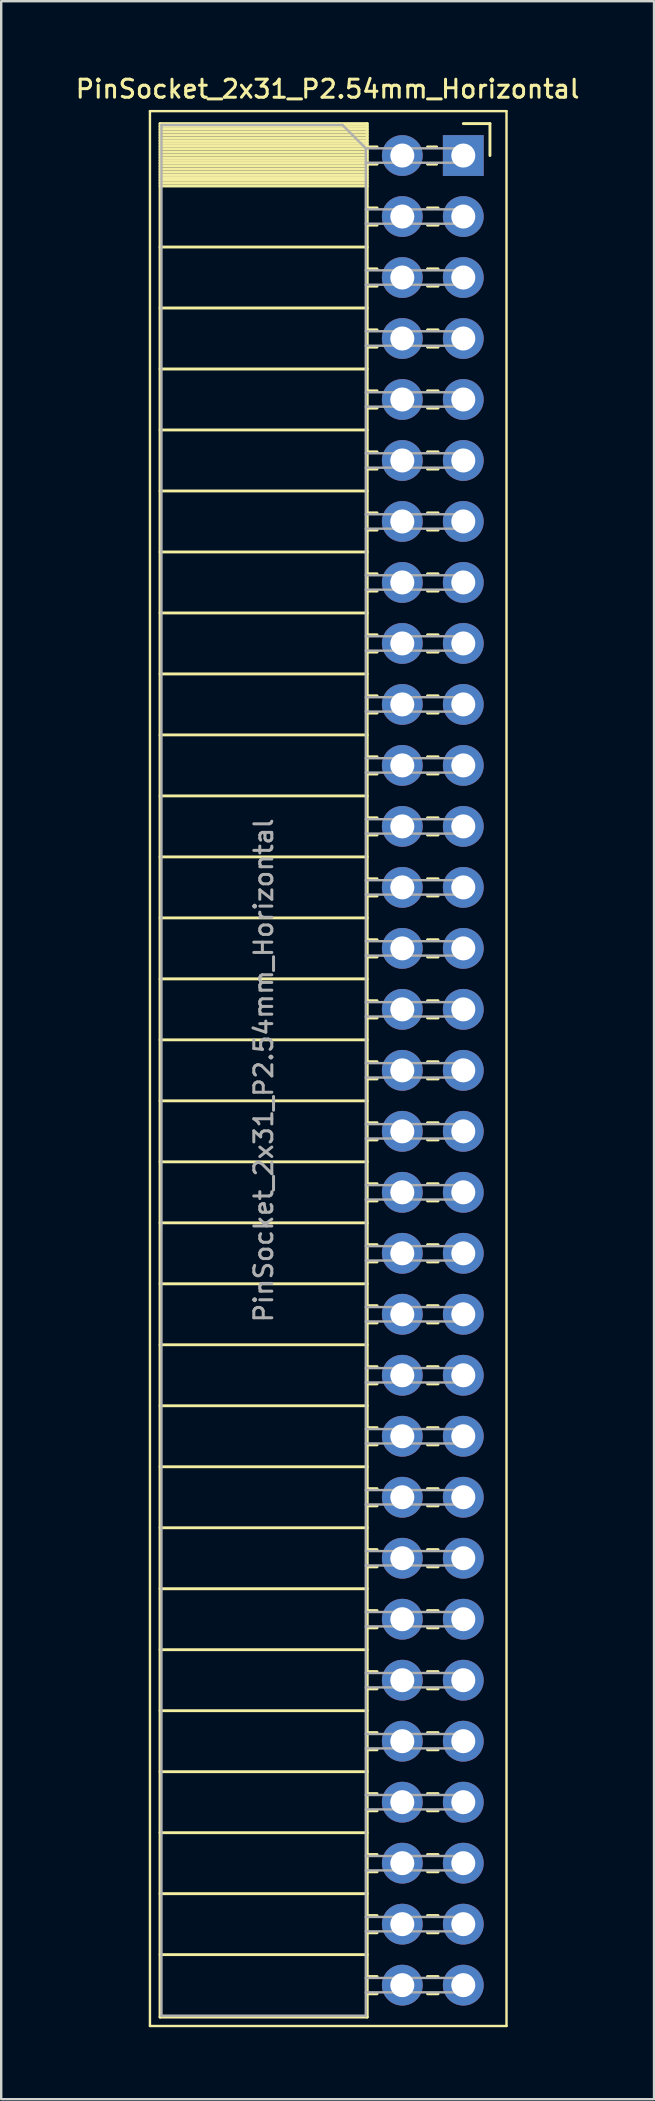
<source format=kicad_pcb>
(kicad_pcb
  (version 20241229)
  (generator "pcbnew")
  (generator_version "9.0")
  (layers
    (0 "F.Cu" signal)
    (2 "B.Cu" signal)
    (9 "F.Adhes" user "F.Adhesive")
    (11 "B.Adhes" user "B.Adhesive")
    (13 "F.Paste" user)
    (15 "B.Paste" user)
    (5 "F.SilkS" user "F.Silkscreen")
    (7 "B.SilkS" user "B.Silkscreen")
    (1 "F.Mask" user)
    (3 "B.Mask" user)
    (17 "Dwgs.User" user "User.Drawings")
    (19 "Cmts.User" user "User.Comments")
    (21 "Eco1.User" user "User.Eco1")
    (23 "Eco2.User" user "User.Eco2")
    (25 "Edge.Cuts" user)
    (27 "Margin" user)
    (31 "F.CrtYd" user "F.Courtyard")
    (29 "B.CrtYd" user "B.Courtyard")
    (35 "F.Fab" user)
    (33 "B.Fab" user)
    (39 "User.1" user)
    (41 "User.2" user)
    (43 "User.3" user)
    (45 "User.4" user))
  (footprint "PinSocket_2x31_P2.54mm_Horizontal"
    (layer "F.Cu")
    (at 16.245 3.428)
    (property "Reference" "PinSocket_2x31_P2.54mm_Horizontal" (at -5.65 -2.77 0) (layer "F.SilkS") (effects (font (size 0.75 0.75) (thickness 0.125))))
    (attr through_hole)
    (fp_line (start -13.05 -1.85) (end -13.05 77.9) (stroke (width 0.1) (type solid)) (layer "F.SilkS"))
    (fp_line (start -13.05 77.9) (end 1.8 77.9) (stroke (width 0.1) (type solid)) (layer "F.SilkS"))
    (fp_line (start -12.63 -1.33) (end -12.63 77.53) (stroke (width 0.12) (type solid)) (layer "F.SilkS"))
    (fp_line (start -12.63 -1.33) (end -4 -1.33) (stroke (width 0.12) (type solid)) (layer "F.SilkS"))
    (fp_line (start -12.63 -1.21) (end -4 -1.21) (stroke (width 0.12) (type solid)) (layer "F.SilkS"))
    (fp_line (start -12.63 -1.092) (end -4 -1.092) (stroke (width 0.12) (type solid)) (layer "F.SilkS"))
    (fp_line (start -12.63 -0.974) (end -4 -0.974) (stroke (width 0.12) (type solid)) (layer "F.SilkS"))
    (fp_line (start -12.63 -0.856) (end -4 -0.856) (stroke (width 0.12) (type solid)) (layer "F.SilkS"))
    (fp_line (start -12.63 -0.738) (end -4 -0.738) (stroke (width 0.12) (type solid)) (layer "F.SilkS"))
    (fp_line (start -12.63 -0.62) (end -4 -0.62) (stroke (width 0.12) (type solid)) (layer "F.SilkS"))
    (fp_line (start -12.63 -0.501) (end -4 -0.501) (stroke (width 0.12) (type solid)) (layer "F.SilkS"))
    (fp_line (start -12.63 -0.383) (end -4 -0.383) (stroke (width 0.12) (type solid)) (layer "F.SilkS"))
    (fp_line (start -12.63 -0.265) (end -4 -0.265) (stroke (width 0.12) (type solid)) (layer "F.SilkS"))
    (fp_line (start -12.63 -0.147) (end -4 -0.147) (stroke (width 0.12) (type solid)) (layer "F.SilkS"))
    (fp_line (start -12.63 -0.029) (end -4 -0.029) (stroke (width 0.12) (type solid)) (layer "F.SilkS"))
    (fp_line (start -12.63 0.089) (end -4 0.089) (stroke (width 0.12) (type solid)) (layer "F.SilkS"))
    (fp_line (start -12.63 0.207) (end -4 0.207) (stroke (width 0.12) (type solid)) (layer "F.SilkS"))
    (fp_line (start -12.63 0.325) (end -4 0.325) (stroke (width 0.12) (type solid)) (layer "F.SilkS"))
    (fp_line (start -12.63 0.443) (end -4 0.443) (stroke (width 0.12) (type solid)) (layer "F.SilkS"))
    (fp_line (start -12.63 0.561) (end -4 0.561) (stroke (width 0.12) (type solid)) (layer "F.SilkS"))
    (fp_line (start -12.63 0.68) (end -4 0.68) (stroke (width 0.12) (type solid)) (layer "F.SilkS"))
    (fp_line (start -12.63 0.798) (end -4 0.798) (stroke (width 0.12) (type solid)) (layer "F.SilkS"))
    (fp_line (start -12.63 0.916) (end -4 0.916) (stroke (width 0.12) (type solid)) (layer "F.SilkS"))
    (fp_line (start -12.63 1.034) (end -4 1.034) (stroke (width 0.12) (type solid)) (layer "F.SilkS"))
    (fp_line (start -12.63 1.152) (end -4 1.152) (stroke (width 0.12) (type solid)) (layer "F.SilkS"))
    (fp_line (start -12.63 1.27) (end -4 1.27) (stroke (width 0.12) (type solid)) (layer "F.SilkS"))
    (fp_line (start -12.63 3.81) (end -4 3.81) (stroke (width 0.12) (type solid)) (layer "F.SilkS"))
    (fp_line (start -12.63 6.35) (end -4 6.35) (stroke (width 0.12) (type solid)) (layer "F.SilkS"))
    (fp_line (start -12.63 8.89) (end -4 8.89) (stroke (width 0.12) (type solid)) (layer "F.SilkS"))
    (fp_line (start -12.63 11.43) (end -4 11.43) (stroke (width 0.12) (type solid)) (layer "F.SilkS"))
    (fp_line (start -12.63 13.97) (end -4 13.97) (stroke (width 0.12) (type solid)) (layer "F.SilkS"))
    (fp_line (start -12.63 16.51) (end -4 16.51) (stroke (width 0.12) (type solid)) (layer "F.SilkS"))
    (fp_line (start -12.63 19.05) (end -4 19.05) (stroke (width 0.12) (type solid)) (layer "F.SilkS"))
    (fp_line (start -12.63 21.59) (end -4 21.59) (stroke (width 0.12) (type solid)) (layer "F.SilkS"))
    (fp_line (start -12.63 24.13) (end -4 24.13) (stroke (width 0.12) (type solid)) (layer "F.SilkS"))
    (fp_line (start -12.63 26.67) (end -4 26.67) (stroke (width 0.12) (type solid)) (layer "F.SilkS"))
    (fp_line (start -12.63 29.21) (end -4 29.21) (stroke (width 0.12) (type solid)) (layer "F.SilkS"))
    (fp_line (start -12.63 31.75) (end -4 31.75) (stroke (width 0.12) (type solid)) (layer "F.SilkS"))
    (fp_line (start -12.63 34.29) (end -4 34.29) (stroke (width 0.12) (type solid)) (layer "F.SilkS"))
    (fp_line (start -12.63 36.83) (end -4 36.83) (stroke (width 0.12) (type solid)) (layer "F.SilkS"))
    (fp_line (start -12.63 39.37) (end -4 39.37) (stroke (width 0.12) (type solid)) (layer "F.SilkS"))
    (fp_line (start -12.63 41.91) (end -4 41.91) (stroke (width 0.12) (type solid)) (layer "F.SilkS"))
    (fp_line (start -12.63 44.45) (end -4 44.45) (stroke (width 0.12) (type solid)) (layer "F.SilkS"))
    (fp_line (start -12.63 46.99) (end -4 46.99) (stroke (width 0.12) (type solid)) (layer "F.SilkS"))
    (fp_line (start -12.63 49.53) (end -4 49.53) (stroke (width 0.12) (type solid)) (layer "F.SilkS"))
    (fp_line (start -12.63 52.07) (end -4 52.07) (stroke (width 0.12) (type solid)) (layer "F.SilkS"))
    (fp_line (start -12.63 54.61) (end -4 54.61) (stroke (width 0.12) (type solid)) (layer "F.SilkS"))
    (fp_line (start -12.63 57.15) (end -4 57.15) (stroke (width 0.12) (type solid)) (layer "F.SilkS"))
    (fp_line (start -12.63 59.69) (end -4 59.69) (stroke (width 0.12) (type solid)) (layer "F.SilkS"))
    (fp_line (start -12.63 62.23) (end -4 62.23) (stroke (width 0.12) (type solid)) (layer "F.SilkS"))
    (fp_line (start -12.63 64.77) (end -4 64.77) (stroke (width 0.12) (type solid)) (layer "F.SilkS"))
    (fp_line (start -12.63 67.31) (end -4 67.31) (stroke (width 0.12) (type solid)) (layer "F.SilkS"))
    (fp_line (start -12.63 69.85) (end -4 69.85) (stroke (width 0.12) (type solid)) (layer "F.SilkS"))
    (fp_line (start -12.63 72.39) (end -4 72.39) (stroke (width 0.12) (type solid)) (layer "F.SilkS"))
    (fp_line (start -12.63 74.93) (end -4 74.93) (stroke (width 0.12) (type solid)) (layer "F.SilkS"))
    (fp_line (start -12.63 77.53) (end -4 77.53) (stroke (width 0.12) (type solid)) (layer "F.SilkS"))
    (fp_line (start -4 -1.33) (end -4 77.53) (stroke (width 0.12) (type solid)) (layer "F.SilkS"))
    (fp_line (start -4 -0.36) (end -3.59 -0.36) (stroke (width 0.12) (type solid)) (layer "F.SilkS"))
    (fp_line (start -4 0.36) (end -3.59 0.36) (stroke (width 0.12) (type solid)) (layer "F.SilkS"))
    (fp_line (start -4 2.18) (end -3.59 2.18) (stroke (width 0.12) (type solid)) (layer "F.SilkS"))
    (fp_line (start -4 2.9) (end -3.59 2.9) (stroke (width 0.12) (type solid)) (layer "F.SilkS"))
    (fp_line (start -4 4.72) (end -3.59 4.72) (stroke (width 0.12) (type solid)) (layer "F.SilkS"))
    (fp_line (start -4 5.44) (end -3.59 5.44) (stroke (width 0.12) (type solid)) (layer "F.SilkS"))
    (fp_line (start -4 7.26) (end -3.59 7.26) (stroke (width 0.12) (type solid)) (layer "F.SilkS"))
    (fp_line (start -4 7.98) (end -3.59 7.98) (stroke (width 0.12) (type solid)) (layer "F.SilkS"))
    (fp_line (start -4 9.8) (end -3.59 9.8) (stroke (width 0.12) (type solid)) (layer "F.SilkS"))
    (fp_line (start -4 10.52) (end -3.59 10.52) (stroke (width 0.12) (type solid)) (layer "F.SilkS"))
    (fp_line (start -4 12.34) (end -3.59 12.34) (stroke (width 0.12) (type solid)) (layer "F.SilkS"))
    (fp_line (start -4 13.06) (end -3.59 13.06) (stroke (width 0.12) (type solid)) (layer "F.SilkS"))
    (fp_line (start -4 14.88) (end -3.59 14.88) (stroke (width 0.12) (type solid)) (layer "F.SilkS"))
    (fp_line (start -4 15.6) (end -3.59 15.6) (stroke (width 0.12) (type solid)) (layer "F.SilkS"))
    (fp_line (start -4 17.42) (end -3.59 17.42) (stroke (width 0.12) (type solid)) (layer "F.SilkS"))
    (fp_line (start -4 18.14) (end -3.59 18.14) (stroke (width 0.12) (type solid)) (layer "F.SilkS"))
    (fp_line (start -4 19.96) (end -3.59 19.96) (stroke (width 0.12) (type solid)) (layer "F.SilkS"))
    (fp_line (start -4 20.68) (end -3.59 20.68) (stroke (width 0.12) (type solid)) (layer "F.SilkS"))
    (fp_line (start -4 22.5) (end -3.59 22.5) (stroke (width 0.12) (type solid)) (layer "F.SilkS"))
    (fp_line (start -4 23.22) (end -3.59 23.22) (stroke (width 0.12) (type solid)) (layer "F.SilkS"))
    (fp_line (start -4 25.04) (end -3.59 25.04) (stroke (width 0.12) (type solid)) (layer "F.SilkS"))
    (fp_line (start -4 25.76) (end -3.59 25.76) (stroke (width 0.12) (type solid)) (layer "F.SilkS"))
    (fp_line (start -4 27.58) (end -3.59 27.58) (stroke (width 0.12) (type solid)) (layer "F.SilkS"))
    (fp_line (start -4 28.3) (end -3.59 28.3) (stroke (width 0.12) (type solid)) (layer "F.SilkS"))
    (fp_line (start -4 30.12) (end -3.59 30.12) (stroke (width 0.12) (type solid)) (layer "F.SilkS"))
    (fp_line (start -4 30.84) (end -3.59 30.84) (stroke (width 0.12) (type solid)) (layer "F.SilkS"))
    (fp_line (start -4 32.66) (end -3.59 32.66) (stroke (width 0.12) (type solid)) (layer "F.SilkS"))
    (fp_line (start -4 33.38) (end -3.59 33.38) (stroke (width 0.12) (type solid)) (layer "F.SilkS"))
    (fp_line (start -4 35.2) (end -3.59 35.2) (stroke (width 0.12) (type solid)) (layer "F.SilkS"))
    (fp_line (start -4 35.92) (end -3.59 35.92) (stroke (width 0.12) (type solid)) (layer "F.SilkS"))
    (fp_line (start -4 37.74) (end -3.59 37.74) (stroke (width 0.12) (type solid)) (layer "F.SilkS"))
    (fp_line (start -4 38.46) (end -3.59 38.46) (stroke (width 0.12) (type solid)) (layer "F.SilkS"))
    (fp_line (start -4 40.28) (end -3.59 40.28) (stroke (width 0.12) (type solid)) (layer "F.SilkS"))
    (fp_line (start -4 41) (end -3.59 41) (stroke (width 0.12) (type solid)) (layer "F.SilkS"))
    (fp_line (start -4 42.82) (end -3.59 42.82) (stroke (width 0.12) (type solid)) (layer "F.SilkS"))
    (fp_line (start -4 43.54) (end -3.59 43.54) (stroke (width 0.12) (type solid)) (layer "F.SilkS"))
    (fp_line (start -4 45.36) (end -3.59 45.36) (stroke (width 0.12) (type solid)) (layer "F.SilkS"))
    (fp_line (start -4 46.08) (end -3.59 46.08) (stroke (width 0.12) (type solid)) (layer "F.SilkS"))
    (fp_line (start -4 47.9) (end -3.59 47.9) (stroke (width 0.12) (type solid)) (layer "F.SilkS"))
    (fp_line (start -4 48.62) (end -3.59 48.62) (stroke (width 0.12) (type solid)) (layer "F.SilkS"))
    (fp_line (start -4 50.44) (end -3.59 50.44) (stroke (width 0.12) (type solid)) (layer "F.SilkS"))
    (fp_line (start -4 51.16) (end -3.59 51.16) (stroke (width 0.12) (type solid)) (layer "F.SilkS"))
    (fp_line (start -4 52.98) (end -3.59 52.98) (stroke (width 0.12) (type solid)) (layer "F.SilkS"))
    (fp_line (start -4 53.7) (end -3.59 53.7) (stroke (width 0.12) (type solid)) (layer "F.SilkS"))
    (fp_line (start -4 55.52) (end -3.59 55.52) (stroke (width 0.12) (type solid)) (layer "F.SilkS"))
    (fp_line (start -4 56.24) (end -3.59 56.24) (stroke (width 0.12) (type solid)) (layer "F.SilkS"))
    (fp_line (start -4 58.06) (end -3.59 58.06) (stroke (width 0.12) (type solid)) (layer "F.SilkS"))
    (fp_line (start -4 58.78) (end -3.59 58.78) (stroke (width 0.12) (type solid)) (layer "F.SilkS"))
    (fp_line (start -4 60.6) (end -3.59 60.6) (stroke (width 0.12) (type solid)) (layer "F.SilkS"))
    (fp_line (start -4 61.32) (end -3.59 61.32) (stroke (width 0.12) (type solid)) (layer "F.SilkS"))
    (fp_line (start -4 63.14) (end -3.59 63.14) (stroke (width 0.12) (type solid)) (layer "F.SilkS"))
    (fp_line (start -4 63.86) (end -3.59 63.86) (stroke (width 0.12) (type solid)) (layer "F.SilkS"))
    (fp_line (start -4 65.68) (end -3.59 65.68) (stroke (width 0.12) (type solid)) (layer "F.SilkS"))
    (fp_line (start -4 66.4) (end -3.59 66.4) (stroke (width 0.12) (type solid)) (layer "F.SilkS"))
    (fp_line (start -4 68.22) (end -3.59 68.22) (stroke (width 0.12) (type solid)) (layer "F.SilkS"))
    (fp_line (start -4 68.94) (end -3.59 68.94) (stroke (width 0.12) (type solid)) (layer "F.SilkS"))
    (fp_line (start -4 70.76) (end -3.59 70.76) (stroke (width 0.12) (type solid)) (layer "F.SilkS"))
    (fp_line (start -4 71.48) (end -3.59 71.48) (stroke (width 0.12) (type solid)) (layer "F.SilkS"))
    (fp_line (start -4 73.3) (end -3.59 73.3) (stroke (width 0.12) (type solid)) (layer "F.SilkS"))
    (fp_line (start -4 74.02) (end -3.59 74.02) (stroke (width 0.12) (type solid)) (layer "F.SilkS"))
    (fp_line (start -4 75.84) (end -3.59 75.84) (stroke (width 0.12) (type solid)) (layer "F.SilkS"))
    (fp_line (start -4 76.56) (end -3.59 76.56) (stroke (width 0.12) (type solid)) (layer "F.SilkS"))
    (fp_line (start -1.49 -0.36) (end -1.11 -0.36) (stroke (width 0.12) (type solid)) (layer "F.SilkS"))
    (fp_line (start -1.49 0.36) (end -1.11 0.36) (stroke (width 0.12) (type solid)) (layer "F.SilkS"))
    (fp_line (start -1.49 2.18) (end -1.05 2.18) (stroke (width 0.12) (type solid)) (layer "F.SilkS"))
    (fp_line (start -1.49 2.9) (end -1.05 2.9) (stroke (width 0.12) (type solid)) (layer "F.SilkS"))
    (fp_line (start -1.49 4.72) (end -1.05 4.72) (stroke (width 0.12) (type solid)) (layer "F.SilkS"))
    (fp_line (start -1.49 5.44) (end -1.05 5.44) (stroke (width 0.12) (type solid)) (layer "F.SilkS"))
    (fp_line (start -1.49 7.26) (end -1.05 7.26) (stroke (width 0.12) (type solid)) (layer "F.SilkS"))
    (fp_line (start -1.49 7.98) (end -1.05 7.98) (stroke (width 0.12) (type solid)) (layer "F.SilkS"))
    (fp_line (start -1.49 9.8) (end -1.05 9.8) (stroke (width 0.12) (type solid)) (layer "F.SilkS"))
    (fp_line (start -1.49 10.52) (end -1.05 10.52) (stroke (width 0.12) (type solid)) (layer "F.SilkS"))
    (fp_line (start -1.49 12.34) (end -1.05 12.34) (stroke (width 0.12) (type solid)) (layer "F.SilkS"))
    (fp_line (start -1.49 13.06) (end -1.05 13.06) (stroke (width 0.12) (type solid)) (layer "F.SilkS"))
    (fp_line (start -1.49 14.88) (end -1.05 14.88) (stroke (width 0.12) (type solid)) (layer "F.SilkS"))
    (fp_line (start -1.49 15.6) (end -1.05 15.6) (stroke (width 0.12) (type solid)) (layer "F.SilkS"))
    (fp_line (start -1.49 17.42) (end -1.05 17.42) (stroke (width 0.12) (type solid)) (layer "F.SilkS"))
    (fp_line (start -1.49 18.14) (end -1.05 18.14) (stroke (width 0.12) (type solid)) (layer "F.SilkS"))
    (fp_line (start -1.49 19.96) (end -1.05 19.96) (stroke (width 0.12) (type solid)) (layer "F.SilkS"))
    (fp_line (start -1.49 20.68) (end -1.05 20.68) (stroke (width 0.12) (type solid)) (layer "F.SilkS"))
    (fp_line (start -1.49 22.5) (end -1.05 22.5) (stroke (width 0.12) (type solid)) (layer "F.SilkS"))
    (fp_line (start -1.49 23.22) (end -1.05 23.22) (stroke (width 0.12) (type solid)) (layer "F.SilkS"))
    (fp_line (start -1.49 25.04) (end -1.05 25.04) (stroke (width 0.12) (type solid)) (layer "F.SilkS"))
    (fp_line (start -1.49 25.76) (end -1.05 25.76) (stroke (width 0.12) (type solid)) (layer "F.SilkS"))
    (fp_line (start -1.49 27.58) (end -1.05 27.58) (stroke (width 0.12) (type solid)) (layer "F.SilkS"))
    (fp_line (start -1.49 28.3) (end -1.05 28.3) (stroke (width 0.12) (type solid)) (layer "F.SilkS"))
    (fp_line (start -1.49 30.12) (end -1.05 30.12) (stroke (width 0.12) (type solid)) (layer "F.SilkS"))
    (fp_line (start -1.49 30.84) (end -1.05 30.84) (stroke (width 0.12) (type solid)) (layer "F.SilkS"))
    (fp_line (start -1.49 32.66) (end -1.05 32.66) (stroke (width 0.12) (type solid)) (layer "F.SilkS"))
    (fp_line (start -1.49 33.38) (end -1.05 33.38) (stroke (width 0.12) (type solid)) (layer "F.SilkS"))
    (fp_line (start -1.49 35.2) (end -1.05 35.2) (stroke (width 0.12) (type solid)) (layer "F.SilkS"))
    (fp_line (start -1.49 35.92) (end -1.05 35.92) (stroke (width 0.12) (type solid)) (layer "F.SilkS"))
    (fp_line (start -1.49 37.74) (end -1.05 37.74) (stroke (width 0.12) (type solid)) (layer "F.SilkS"))
    (fp_line (start -1.49 38.46) (end -1.05 38.46) (stroke (width 0.12) (type solid)) (layer "F.SilkS"))
    (fp_line (start -1.49 40.28) (end -1.05 40.28) (stroke (width 0.12) (type solid)) (layer "F.SilkS"))
    (fp_line (start -1.49 41) (end -1.05 41) (stroke (width 0.12) (type solid)) (layer "F.SilkS"))
    (fp_line (start -1.49 42.82) (end -1.05 42.82) (stroke (width 0.12) (type solid)) (layer "F.SilkS"))
    (fp_line (start -1.49 43.54) (end -1.05 43.54) (stroke (width 0.12) (type solid)) (layer "F.SilkS"))
    (fp_line (start -1.49 45.36) (end -1.05 45.36) (stroke (width 0.12) (type solid)) (layer "F.SilkS"))
    (fp_line (start -1.49 46.08) (end -1.05 46.08) (stroke (width 0.12) (type solid)) (layer "F.SilkS"))
    (fp_line (start -1.49 47.9) (end -1.05 47.9) (stroke (width 0.12) (type solid)) (layer "F.SilkS"))
    (fp_line (start -1.49 48.62) (end -1.05 48.62) (stroke (width 0.12) (type solid)) (layer "F.SilkS"))
    (fp_line (start -1.49 50.44) (end -1.05 50.44) (stroke (width 0.12) (type solid)) (layer "F.SilkS"))
    (fp_line (start -1.49 51.16) (end -1.05 51.16) (stroke (width 0.12) (type solid)) (layer "F.SilkS"))
    (fp_line (start -1.49 52.98) (end -1.05 52.98) (stroke (width 0.12) (type solid)) (layer "F.SilkS"))
    (fp_line (start -1.49 53.7) (end -1.05 53.7) (stroke (width 0.12) (type solid)) (layer "F.SilkS"))
    (fp_line (start -1.49 55.52) (end -1.05 55.52) (stroke (width 0.12) (type solid)) (layer "F.SilkS"))
    (fp_line (start -1.49 56.24) (end -1.05 56.24) (stroke (width 0.12) (type solid)) (layer "F.SilkS"))
    (fp_line (start -1.49 58.06) (end -1.05 58.06) (stroke (width 0.12) (type solid)) (layer "F.SilkS"))
    (fp_line (start -1.49 58.78) (end -1.05 58.78) (stroke (width 0.12) (type solid)) (layer "F.SilkS"))
    (fp_line (start -1.49 60.6) (end -1.05 60.6) (stroke (width 0.12) (type solid)) (layer "F.SilkS"))
    (fp_line (start -1.49 61.32) (end -1.05 61.32) (stroke (width 0.12) (type solid)) (layer "F.SilkS"))
    (fp_line (start -1.49 63.14) (end -1.05 63.14) (stroke (width 0.12) (type solid)) (layer "F.SilkS"))
    (fp_line (start -1.49 63.86) (end -1.05 63.86) (stroke (width 0.12) (type solid)) (layer "F.SilkS"))
    (fp_line (start -1.49 65.68) (end -1.05 65.68) (stroke (width 0.12) (type solid)) (layer "F.SilkS"))
    (fp_line (start -1.49 66.4) (end -1.05 66.4) (stroke (width 0.12) (type solid)) (layer "F.SilkS"))
    (fp_line (start -1.49 68.22) (end -1.05 68.22) (stroke (width 0.12) (type solid)) (layer "F.SilkS"))
    (fp_line (start -1.49 68.94) (end -1.05 68.94) (stroke (width 0.12) (type solid)) (layer "F.SilkS"))
    (fp_line (start -1.49 70.76) (end -1.05 70.76) (stroke (width 0.12) (type solid)) (layer "F.SilkS"))
    (fp_line (start -1.49 71.48) (end -1.05 71.48) (stroke (width 0.12) (type solid)) (layer "F.SilkS"))
    (fp_line (start -1.49 73.3) (end -1.05 73.3) (stroke (width 0.12) (type solid)) (layer "F.SilkS"))
    (fp_line (start -1.49 74.02) (end -1.05 74.02) (stroke (width 0.12) (type solid)) (layer "F.SilkS"))
    (fp_line (start -1.49 75.84) (end -1.05 75.84) (stroke (width 0.12) (type solid)) (layer "F.SilkS"))
    (fp_line (start -1.49 76.56) (end -1.05 76.56) (stroke (width 0.12) (type solid)) (layer "F.SilkS"))
    (fp_line (start 0 -1.33) (end 1.11 -1.33) (stroke (width 0.12) (type solid)) (layer "F.SilkS"))
    (fp_line (start 1.11 -1.33) (end 1.11 0) (stroke (width 0.12) (type solid)) (layer "F.SilkS"))
    (fp_line (start 1.8 -1.85) (end -13.05 -1.85) (stroke (width 0.1) (type solid)) (layer "F.SilkS"))
    (fp_line (start 1.8 77.9) (end 1.8 -1.85) (stroke (width 0.1) (type solid)) (layer "F.SilkS"))
    (fp_line (start -12.57 -1.27) (end -5.03 -1.27) (stroke (width 0.1) (type solid)) (layer "F.Fab"))
    (fp_line (start -12.57 77.47) (end -12.57 -1.27) (stroke (width 0.1) (type solid)) (layer "F.Fab"))
    (fp_line (start -5.03 -1.27) (end -4.06 -0.3) (stroke (width 0.1) (type solid)) (layer "F.Fab"))
    (fp_line (start -4.06 -0.3) (end -4.06 77.47) (stroke (width 0.1) (type solid)) (layer "F.Fab"))
    (fp_line (start -4.06 0.3) (end 0 0.3) (stroke (width 0.1) (type solid)) (layer "F.Fab"))
    (fp_line (start -4.06 2.84) (end 0 2.84) (stroke (width 0.1) (type solid)) (layer "F.Fab"))
    (fp_line (start -4.06 5.38) (end 0 5.38) (stroke (width 0.1) (type solid)) (layer "F.Fab"))
    (fp_line (start -4.06 7.92) (end 0 7.92) (stroke (width 0.1) (type solid)) (layer "F.Fab"))
    (fp_line (start -4.06 10.46) (end 0 10.46) (stroke (width 0.1) (type solid)) (layer "F.Fab"))
    (fp_line (start -4.06 13) (end 0 13) (stroke (width 0.1) (type solid)) (layer "F.Fab"))
    (fp_line (start -4.06 15.54) (end 0 15.54) (stroke (width 0.1) (type solid)) (layer "F.Fab"))
    (fp_line (start -4.06 18.08) (end 0 18.08) (stroke (width 0.1) (type solid)) (layer "F.Fab"))
    (fp_line (start -4.06 20.62) (end 0 20.62) (stroke (width 0.1) (type solid)) (layer "F.Fab"))
    (fp_line (start -4.06 23.16) (end 0 23.16) (stroke (width 0.1) (type solid)) (layer "F.Fab"))
    (fp_line (start -4.06 25.7) (end 0 25.7) (stroke (width 0.1) (type solid)) (layer "F.Fab"))
    (fp_line (start -4.06 28.24) (end 0 28.24) (stroke (width 0.1) (type solid)) (layer "F.Fab"))
    (fp_line (start -4.06 30.78) (end 0 30.78) (stroke (width 0.1) (type solid)) (layer "F.Fab"))
    (fp_line (start -4.06 33.32) (end 0 33.32) (stroke (width 0.1) (type solid)) (layer "F.Fab"))
    (fp_line (start -4.06 35.86) (end 0 35.86) (stroke (width 0.1) (type solid)) (layer "F.Fab"))
    (fp_line (start -4.06 38.4) (end 0 38.4) (stroke (width 0.1) (type solid)) (layer "F.Fab"))
    (fp_line (start -4.06 40.94) (end 0 40.94) (stroke (width 0.1) (type solid)) (layer "F.Fab"))
    (fp_line (start -4.06 43.48) (end 0 43.48) (stroke (width 0.1) (type solid)) (layer "F.Fab"))
    (fp_line (start -4.06 46.02) (end 0 46.02) (stroke (width 0.1) (type solid)) (layer "F.Fab"))
    (fp_line (start -4.06 48.56) (end 0 48.56) (stroke (width 0.1) (type solid)) (layer "F.Fab"))
    (fp_line (start -4.06 51.1) (end 0 51.1) (stroke (width 0.1) (type solid)) (layer "F.Fab"))
    (fp_line (start -4.06 53.64) (end 0 53.64) (stroke (width 0.1) (type solid)) (layer "F.Fab"))
    (fp_line (start -4.06 56.18) (end 0 56.18) (stroke (width 0.1) (type solid)) (layer "F.Fab"))
    (fp_line (start -4.06 58.72) (end 0 58.72) (stroke (width 0.1) (type solid)) (layer "F.Fab"))
    (fp_line (start -4.06 61.26) (end 0 61.26) (stroke (width 0.1) (type solid)) (layer "F.Fab"))
    (fp_line (start -4.06 63.8) (end 0 63.8) (stroke (width 0.1) (type solid)) (layer "F.Fab"))
    (fp_line (start -4.06 66.34) (end 0 66.34) (stroke (width 0.1) (type solid)) (layer "F.Fab"))
    (fp_line (start -4.06 68.88) (end 0 68.88) (stroke (width 0.1) (type solid)) (layer "F.Fab"))
    (fp_line (start -4.06 71.42) (end 0 71.42) (stroke (width 0.1) (type solid)) (layer "F.Fab"))
    (fp_line (start -4.06 73.96) (end 0 73.96) (stroke (width 0.1) (type solid)) (layer "F.Fab"))
    (fp_line (start -4.06 76.5) (end 0 76.5) (stroke (width 0.1) (type solid)) (layer "F.Fab"))
    (fp_line (start -4.06 77.47) (end -12.57 77.47) (stroke (width 0.1) (type solid)) (layer "F.Fab"))
    (fp_line (start 0 -0.3) (end -4.06 -0.3) (stroke (width 0.1) (type solid)) (layer "F.Fab"))
    (fp_line (start 0 0.3) (end 0 -0.3) (stroke (width 0.1) (type solid)) (layer "F.Fab"))
    (fp_line (start 0 2.24) (end -4.06 2.24) (stroke (width 0.1) (type solid)) (layer "F.Fab"))
    (fp_line (start 0 2.84) (end 0 2.24) (stroke (width 0.1) (type solid)) (layer "F.Fab"))
    (fp_line (start 0 4.78) (end -4.06 4.78) (stroke (width 0.1) (type solid)) (layer "F.Fab"))
    (fp_line (start 0 5.38) (end 0 4.78) (stroke (width 0.1) (type solid)) (layer "F.Fab"))
    (fp_line (start 0 7.32) (end -4.06 7.32) (stroke (width 0.1) (type solid)) (layer "F.Fab"))
    (fp_line (start 0 7.92) (end 0 7.32) (stroke (width 0.1) (type solid)) (layer "F.Fab"))
    (fp_line (start 0 9.86) (end -4.06 9.86) (stroke (width 0.1) (type solid)) (layer "F.Fab"))
    (fp_line (start 0 10.46) (end 0 9.86) (stroke (width 0.1) (type solid)) (layer "F.Fab"))
    (fp_line (start 0 12.4) (end -4.06 12.4) (stroke (width 0.1) (type solid)) (layer "F.Fab"))
    (fp_line (start 0 13) (end 0 12.4) (stroke (width 0.1) (type solid)) (layer "F.Fab"))
    (fp_line (start 0 14.94) (end -4.06 14.94) (stroke (width 0.1) (type solid)) (layer "F.Fab"))
    (fp_line (start 0 15.54) (end 0 14.94) (stroke (width 0.1) (type solid)) (layer "F.Fab"))
    (fp_line (start 0 17.48) (end -4.06 17.48) (stroke (width 0.1) (type solid)) (layer "F.Fab"))
    (fp_line (start 0 18.08) (end 0 17.48) (stroke (width 0.1) (type solid)) (layer "F.Fab"))
    (fp_line (start 0 20.02) (end -4.06 20.02) (stroke (width 0.1) (type solid)) (layer "F.Fab"))
    (fp_line (start 0 20.62) (end 0 20.02) (stroke (width 0.1) (type solid)) (layer "F.Fab"))
    (fp_line (start 0 22.56) (end -4.06 22.56) (stroke (width 0.1) (type solid)) (layer "F.Fab"))
    (fp_line (start 0 23.16) (end 0 22.56) (stroke (width 0.1) (type solid)) (layer "F.Fab"))
    (fp_line (start 0 25.1) (end -4.06 25.1) (stroke (width 0.1) (type solid)) (layer "F.Fab"))
    (fp_line (start 0 25.7) (end 0 25.1) (stroke (width 0.1) (type solid)) (layer "F.Fab"))
    (fp_line (start 0 27.64) (end -4.06 27.64) (stroke (width 0.1) (type solid)) (layer "F.Fab"))
    (fp_line (start 0 28.24) (end 0 27.64) (stroke (width 0.1) (type solid)) (layer "F.Fab"))
    (fp_line (start 0 30.18) (end -4.06 30.18) (stroke (width 0.1) (type solid)) (layer "F.Fab"))
    (fp_line (start 0 30.78) (end 0 30.18) (stroke (width 0.1) (type solid)) (layer "F.Fab"))
    (fp_line (start 0 32.72) (end -4.06 32.72) (stroke (width 0.1) (type solid)) (layer "F.Fab"))
    (fp_line (start 0 33.32) (end 0 32.72) (stroke (width 0.1) (type solid)) (layer "F.Fab"))
    (fp_line (start 0 35.26) (end -4.06 35.26) (stroke (width 0.1) (type solid)) (layer "F.Fab"))
    (fp_line (start 0 35.86) (end 0 35.26) (stroke (width 0.1) (type solid)) (layer "F.Fab"))
    (fp_line (start 0 37.8) (end -4.06 37.8) (stroke (width 0.1) (type solid)) (layer "F.Fab"))
    (fp_line (start 0 38.4) (end 0 37.8) (stroke (width 0.1) (type solid)) (layer "F.Fab"))
    (fp_line (start 0 40.34) (end -4.06 40.34) (stroke (width 0.1) (type solid)) (layer "F.Fab"))
    (fp_line (start 0 40.94) (end 0 40.34) (stroke (width 0.1) (type solid)) (layer "F.Fab"))
    (fp_line (start 0 42.88) (end -4.06 42.88) (stroke (width 0.1) (type solid)) (layer "F.Fab"))
    (fp_line (start 0 43.48) (end 0 42.88) (stroke (width 0.1) (type solid)) (layer "F.Fab"))
    (fp_line (start 0 45.42) (end -4.06 45.42) (stroke (width 0.1) (type solid)) (layer "F.Fab"))
    (fp_line (start 0 46.02) (end 0 45.42) (stroke (width 0.1) (type solid)) (layer "F.Fab"))
    (fp_line (start 0 47.96) (end -4.06 47.96) (stroke (width 0.1) (type solid)) (layer "F.Fab"))
    (fp_line (start 0 48.56) (end 0 47.96) (stroke (width 0.1) (type solid)) (layer "F.Fab"))
    (fp_line (start 0 50.5) (end -4.06 50.5) (stroke (width 0.1) (type solid)) (layer "F.Fab"))
    (fp_line (start 0 51.1) (end 0 50.5) (stroke (width 0.1) (type solid)) (layer "F.Fab"))
    (fp_line (start 0 53.04) (end -4.06 53.04) (stroke (width 0.1) (type solid)) (layer "F.Fab"))
    (fp_line (start 0 53.64) (end 0 53.04) (stroke (width 0.1) (type solid)) (layer "F.Fab"))
    (fp_line (start 0 55.58) (end -4.06 55.58) (stroke (width 0.1) (type solid)) (layer "F.Fab"))
    (fp_line (start 0 56.18) (end 0 55.58) (stroke (width 0.1) (type solid)) (layer "F.Fab"))
    (fp_line (start 0 58.12) (end -4.06 58.12) (stroke (width 0.1) (type solid)) (layer "F.Fab"))
    (fp_line (start 0 58.72) (end 0 58.12) (stroke (width 0.1) (type solid)) (layer "F.Fab"))
    (fp_line (start 0 60.66) (end -4.06 60.66) (stroke (width 0.1) (type solid)) (layer "F.Fab"))
    (fp_line (start 0 61.26) (end 0 60.66) (stroke (width 0.1) (type solid)) (layer "F.Fab"))
    (fp_line (start 0 63.2) (end -4.06 63.2) (stroke (width 0.1) (type solid)) (layer "F.Fab"))
    (fp_line (start 0 63.8) (end 0 63.2) (stroke (width 0.1) (type solid)) (layer "F.Fab"))
    (fp_line (start 0 65.74) (end -4.06 65.74) (stroke (width 0.1) (type solid)) (layer "F.Fab"))
    (fp_line (start 0 66.34) (end 0 65.74) (stroke (width 0.1) (type solid)) (layer "F.Fab"))
    (fp_line (start 0 68.28) (end -4.06 68.28) (stroke (width 0.1) (type solid)) (layer "F.Fab"))
    (fp_line (start 0 68.88) (end 0 68.28) (stroke (width 0.1) (type solid)) (layer "F.Fab"))
    (fp_line (start 0 70.82) (end -4.06 70.82) (stroke (width 0.1) (type solid)) (layer "F.Fab"))
    (fp_line (start 0 71.42) (end 0 70.82) (stroke (width 0.1) (type solid)) (layer "F.Fab"))
    (fp_line (start 0 73.36) (end -4.06 73.36) (stroke (width 0.1) (type solid)) (layer "F.Fab"))
    (fp_line (start 0 73.96) (end 0 73.36) (stroke (width 0.1) (type solid)) (layer "F.Fab"))
    (fp_line (start 0 75.9) (end -4.06 75.9) (stroke (width 0.1) (type solid)) (layer "F.Fab"))
    (fp_line (start 0 76.5) (end 0 75.9) (stroke (width 0.1) (type solid)) (layer "F.Fab"))
    (fp_text user "${REFERENCE}" (at -8.315 38.1 90) (layer "F.Fab") (effects (font (size 0.75 0.75) (thickness 0.125))))
    (pad "1" thru_hole rect (at 0 0) (size 1.7 1.7) (drill 1) (layers "*.Cu" "*.Mask"))
    (pad "2" thru_hole oval (at -2.54 0) (size 1.7 1.7) (drill 1) (layers "*.Cu" "*.Mask"))
    (pad "3" thru_hole oval (at 0 2.54) (size 1.7 1.7) (drill 1) (layers "*.Cu" "*.Mask"))
    (pad "4" thru_hole oval (at -2.54 2.54) (size 1.7 1.7) (drill 1) (layers "*.Cu" "*.Mask"))
    (pad "5" thru_hole oval (at 0 5.08) (size 1.7 1.7) (drill 1) (layers "*.Cu" "*.Mask"))
    (pad "6" thru_hole oval (at -2.54 5.08) (size 1.7 1.7) (drill 1) (layers "*.Cu" "*.Mask"))
    (pad "7" thru_hole oval (at 0 7.62) (size 1.7 1.7) (drill 1) (layers "*.Cu" "*.Mask"))
    (pad "8" thru_hole oval (at -2.54 7.62) (size 1.7 1.7) (drill 1) (layers "*.Cu" "*.Mask"))
    (pad "9" thru_hole oval (at 0 10.16) (size 1.7 1.7) (drill 1) (layers "*.Cu" "*.Mask"))
    (pad "10" thru_hole oval (at -2.54 10.16) (size 1.7 1.7) (drill 1) (layers "*.Cu" "*.Mask"))
    (pad "11" thru_hole oval (at 0 12.7) (size 1.7 1.7) (drill 1) (layers "*.Cu" "*.Mask"))
    (pad "12" thru_hole oval (at -2.54 12.7) (size 1.7 1.7) (drill 1) (layers "*.Cu" "*.Mask"))
    (pad "13" thru_hole oval (at 0 15.24) (size 1.7 1.7) (drill 1) (layers "*.Cu" "*.Mask"))
    (pad "14" thru_hole oval (at -2.54 15.24) (size 1.7 1.7) (drill 1) (layers "*.Cu" "*.Mask"))
    (pad "15" thru_hole oval (at 0 17.78) (size 1.7 1.7) (drill 1) (layers "*.Cu" "*.Mask"))
    (pad "16" thru_hole oval (at -2.54 17.78) (size 1.7 1.7) (drill 1) (layers "*.Cu" "*.Mask"))
    (pad "17" thru_hole oval (at 0 20.32) (size 1.7 1.7) (drill 1) (layers "*.Cu" "*.Mask"))
    (pad "18" thru_hole oval (at -2.54 20.32) (size 1.7 1.7) (drill 1) (layers "*.Cu" "*.Mask"))
    (pad "19" thru_hole oval (at 0 22.86) (size 1.7 1.7) (drill 1) (layers "*.Cu" "*.Mask"))
    (pad "20" thru_hole oval (at -2.54 22.86) (size 1.7 1.7) (drill 1) (layers "*.Cu" "*.Mask"))
    (pad "21" thru_hole oval (at 0 25.4) (size 1.7 1.7) (drill 1) (layers "*.Cu" "*.Mask"))
    (pad "22" thru_hole oval (at -2.54 25.4) (size 1.7 1.7) (drill 1) (layers "*.Cu" "*.Mask"))
    (pad "23" thru_hole oval (at 0 27.94) (size 1.7 1.7) (drill 1) (layers "*.Cu" "*.Mask"))
    (pad "24" thru_hole oval (at -2.54 27.94) (size 1.7 1.7) (drill 1) (layers "*.Cu" "*.Mask"))
    (pad "25" thru_hole oval (at 0 30.48) (size 1.7 1.7) (drill 1) (layers "*.Cu" "*.Mask"))
    (pad "26" thru_hole oval (at -2.54 30.48) (size 1.7 1.7) (drill 1) (layers "*.Cu" "*.Mask"))
    (pad "27" thru_hole oval (at 0 33.02) (size 1.7 1.7) (drill 1) (layers "*.Cu" "*.Mask"))
    (pad "28" thru_hole oval (at -2.54 33.02) (size 1.7 1.7) (drill 1) (layers "*.Cu" "*.Mask"))
    (pad "29" thru_hole oval (at 0 35.56) (size 1.7 1.7) (drill 1) (layers "*.Cu" "*.Mask"))
    (pad "30" thru_hole oval (at -2.54 35.56) (size 1.7 1.7) (drill 1) (layers "*.Cu" "*.Mask"))
    (pad "31" thru_hole oval (at 0 38.1) (size 1.7 1.7) (drill 1) (layers "*.Cu" "*.Mask"))
    (pad "32" thru_hole oval (at -2.54 38.1) (size 1.7 1.7) (drill 1) (layers "*.Cu" "*.Mask"))
    (pad "33" thru_hole oval (at 0 40.64) (size 1.7 1.7) (drill 1) (layers "*.Cu" "*.Mask"))
    (pad "34" thru_hole oval (at -2.54 40.64) (size 1.7 1.7) (drill 1) (layers "*.Cu" "*.Mask"))
    (pad "35" thru_hole oval (at 0 43.18) (size 1.7 1.7) (drill 1) (layers "*.Cu" "*.Mask"))
    (pad "36" thru_hole oval (at -2.54 43.18) (size 1.7 1.7) (drill 1) (layers "*.Cu" "*.Mask"))
    (pad "37" thru_hole oval (at 0 45.72) (size 1.7 1.7) (drill 1) (layers "*.Cu" "*.Mask"))
    (pad "38" thru_hole oval (at -2.54 45.72) (size 1.7 1.7) (drill 1) (layers "*.Cu" "*.Mask"))
    (pad "39" thru_hole oval (at 0 48.26) (size 1.7 1.7) (drill 1) (layers "*.Cu" "*.Mask"))
    (pad "40" thru_hole oval (at -2.54 48.26) (size 1.7 1.7) (drill 1) (layers "*.Cu" "*.Mask"))
    (pad "41" thru_hole oval (at 0 50.8) (size 1.7 1.7) (drill 1) (layers "*.Cu" "*.Mask"))
    (pad "42" thru_hole oval (at -2.54 50.8) (size 1.7 1.7) (drill 1) (layers "*.Cu" "*.Mask"))
    (pad "43" thru_hole oval (at 0 53.34) (size 1.7 1.7) (drill 1) (layers "*.Cu" "*.Mask"))
    (pad "44" thru_hole oval (at -2.54 53.34) (size 1.7 1.7) (drill 1) (layers "*.Cu" "*.Mask"))
    (pad "45" thru_hole oval (at 0 55.88) (size 1.7 1.7) (drill 1) (layers "*.Cu" "*.Mask"))
    (pad "46" thru_hole oval (at -2.54 55.88) (size 1.7 1.7) (drill 1) (layers "*.Cu" "*.Mask"))
    (pad "47" thru_hole oval (at 0 58.42) (size 1.7 1.7) (drill 1) (layers "*.Cu" "*.Mask"))
    (pad "48" thru_hole oval (at -2.54 58.42) (size 1.7 1.7) (drill 1) (layers "*.Cu" "*.Mask"))
    (pad "49" thru_hole oval (at 0 60.96) (size 1.7 1.7) (drill 1) (layers "*.Cu" "*.Mask"))
    (pad "50" thru_hole oval (at -2.54 60.96) (size 1.7 1.7) (drill 1) (layers "*.Cu" "*.Mask"))
    (pad "51" thru_hole oval (at 0 63.5) (size 1.7 1.7) (drill 1) (layers "*.Cu" "*.Mask"))
    (pad "52" thru_hole oval (at -2.54 63.5) (size 1.7 1.7) (drill 1) (layers "*.Cu" "*.Mask"))
    (pad "53" thru_hole oval (at 0 66.04) (size 1.7 1.7) (drill 1) (layers "*.Cu" "*.Mask"))
    (pad "54" thru_hole oval (at -2.54 66.04) (size 1.7 1.7) (drill 1) (layers "*.Cu" "*.Mask"))
    (pad "55" thru_hole oval (at 0 68.58) (size 1.7 1.7) (drill 1) (layers "*.Cu" "*.Mask"))
    (pad "56" thru_hole oval (at -2.54 68.58) (size 1.7 1.7) (drill 1) (layers "*.Cu" "*.Mask"))
    (pad "57" thru_hole oval (at 0 71.12) (size 1.7 1.7) (drill 1) (layers "*.Cu" "*.Mask"))
    (pad "58" thru_hole oval (at -2.54 71.12) (size 1.7 1.7) (drill 1) (layers "*.Cu" "*.Mask"))
    (pad "59" thru_hole oval (at 0 73.66) (size 1.7 1.7) (drill 1) (layers "*.Cu" "*.Mask"))
    (pad "60" thru_hole oval (at -2.54 73.66) (size 1.7 1.7) (drill 1) (layers "*.Cu" "*.Mask"))
    (pad "61" thru_hole oval (at 0 76.2) (size 1.7 1.7) (drill 1) (layers "*.Cu" "*.Mask"))
    (pad "62" thru_hole oval (at -2.54 76.2) (size 1.7 1.7) (drill 1) (layers "*.Cu" "*.Mask")))
  (gr_rect
    (start -3 -3)
    (end 24.189 84.378)
    (stroke (width 0.1) (type default))
    (fill no)
    (layer "Edge.Cuts")))
</source>
